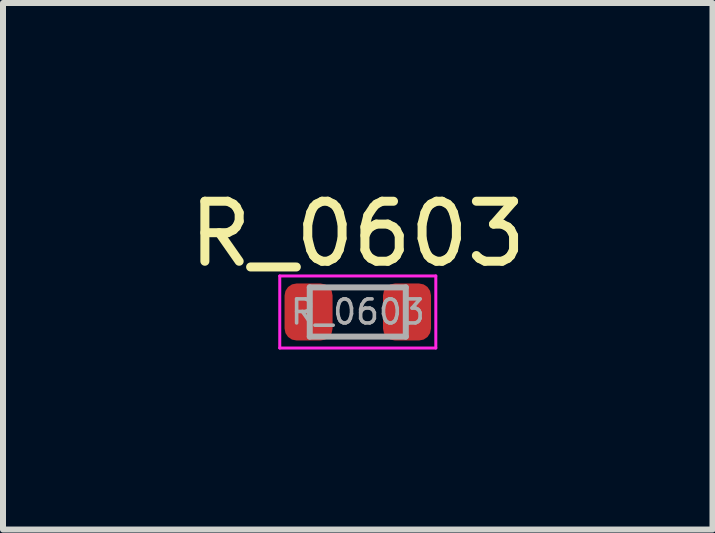
<source format=kicad_pcb>
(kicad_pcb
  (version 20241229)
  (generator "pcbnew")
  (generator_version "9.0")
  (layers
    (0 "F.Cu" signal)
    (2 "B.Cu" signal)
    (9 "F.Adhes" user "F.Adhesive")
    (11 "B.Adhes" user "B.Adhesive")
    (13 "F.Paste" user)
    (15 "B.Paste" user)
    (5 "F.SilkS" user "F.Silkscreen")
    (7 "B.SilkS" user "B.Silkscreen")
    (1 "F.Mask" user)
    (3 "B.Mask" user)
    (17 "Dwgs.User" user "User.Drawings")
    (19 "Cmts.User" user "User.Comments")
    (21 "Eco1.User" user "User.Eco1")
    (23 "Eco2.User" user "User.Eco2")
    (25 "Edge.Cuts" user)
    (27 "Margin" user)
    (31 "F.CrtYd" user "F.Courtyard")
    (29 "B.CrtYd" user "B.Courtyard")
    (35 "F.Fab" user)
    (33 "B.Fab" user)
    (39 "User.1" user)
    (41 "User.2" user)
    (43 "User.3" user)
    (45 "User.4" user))
  (footprint "R_0603"
    (layer "F.Cu")
    (at 2.911 2.148)
    (property "Reference" "R_0603" (at 0 -1.3 0) (layer "F.SilkS") (effects (font (size 1 1) (thickness 0.15))))
    (attr smd)
    (fp_line (start -1.3 -0.6) (end 1.3 -0.6) (stroke (width 0.05) (type solid)) (layer "F.CrtYd"))
    (fp_line (start -1.3 0.6) (end -1.3 -0.6) (stroke (width 0.05) (type solid)) (layer "F.CrtYd"))
    (fp_line (start 1.3 -0.6) (end 1.3 0.6) (stroke (width 0.05) (type solid)) (layer "F.CrtYd"))
    (fp_line (start 1.3 0.6) (end -1.3 0.6) (stroke (width 0.05) (type solid)) (layer "F.CrtYd"))
    (fp_line (start -0.8 -0.41) (end 0.8 -0.41) (stroke (width 0.1) (type solid)) (layer "F.Fab"))
    (fp_line (start -0.8 0.41) (end -0.8 -0.41) (stroke (width 0.1) (type solid)) (layer "F.Fab"))
    (fp_line (start 0.8 -0.41) (end 0.8 0.41) (stroke (width 0.1) (type solid)) (layer "F.Fab"))
    (fp_line (start 0.8 0.41) (end -0.8 0.41) (stroke (width 0.1) (type solid)) (layer "F.Fab"))
    (fp_text user "${REFERENCE}" (at 0 0 0) (layer "F.Fab") (effects (font (size 0.4 0.4) (thickness 0.06))))
    (pad "1" smd roundrect (at -0.82 0) (size 0.8 0.95) (layers "F.Cu" "F.Mask" "F.Paste") (roundrect_rratio 0.25))
    (pad "2" smd roundrect (at 0.82 0) (size 0.8 0.95) (layers "F.Cu" "F.Mask" "F.Paste") (roundrect_rratio 0.25)))
  (gr_rect
    (start -3 -3)
    (end 8.821 5.773)
    (stroke (width 0.1) (type default))
    (fill no)
    (layer "Edge.Cuts")))
</source>
